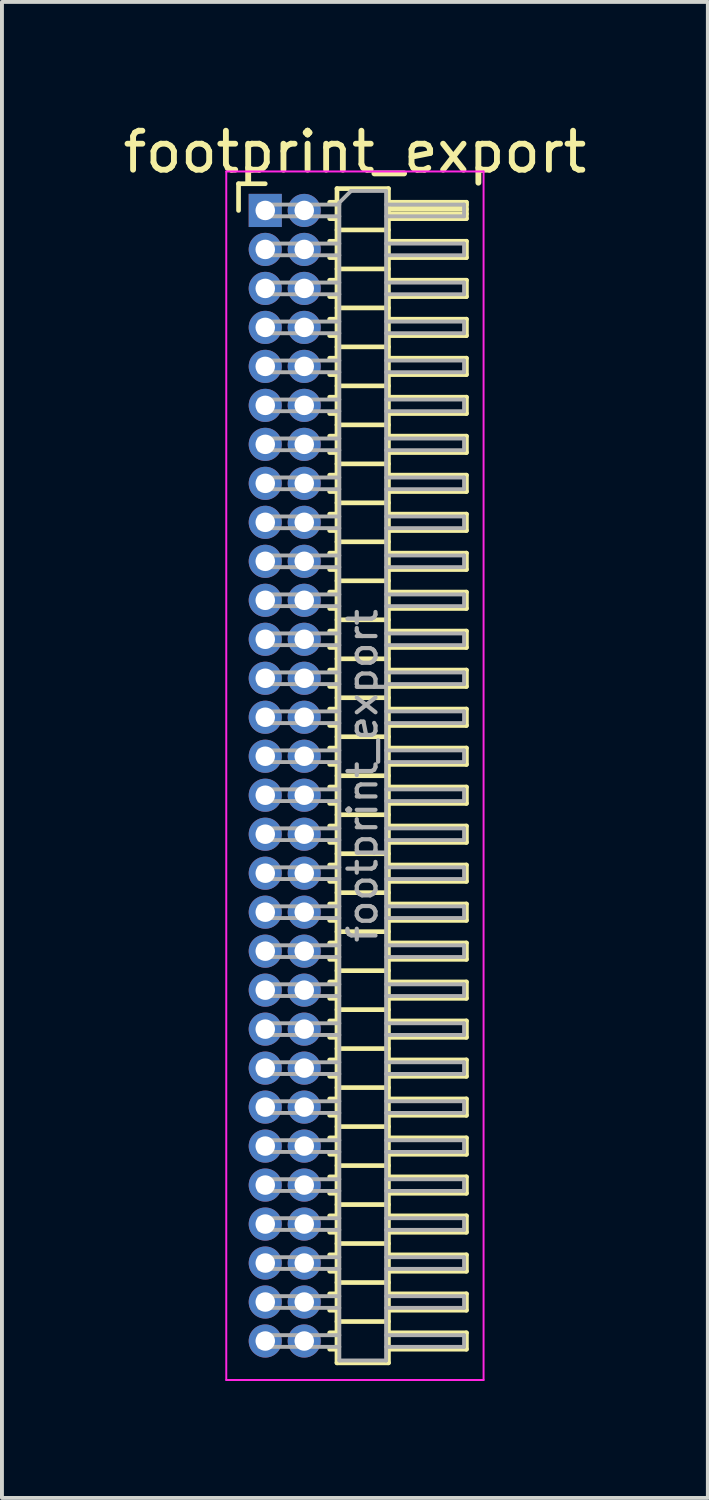
<source format=kicad_pcb>
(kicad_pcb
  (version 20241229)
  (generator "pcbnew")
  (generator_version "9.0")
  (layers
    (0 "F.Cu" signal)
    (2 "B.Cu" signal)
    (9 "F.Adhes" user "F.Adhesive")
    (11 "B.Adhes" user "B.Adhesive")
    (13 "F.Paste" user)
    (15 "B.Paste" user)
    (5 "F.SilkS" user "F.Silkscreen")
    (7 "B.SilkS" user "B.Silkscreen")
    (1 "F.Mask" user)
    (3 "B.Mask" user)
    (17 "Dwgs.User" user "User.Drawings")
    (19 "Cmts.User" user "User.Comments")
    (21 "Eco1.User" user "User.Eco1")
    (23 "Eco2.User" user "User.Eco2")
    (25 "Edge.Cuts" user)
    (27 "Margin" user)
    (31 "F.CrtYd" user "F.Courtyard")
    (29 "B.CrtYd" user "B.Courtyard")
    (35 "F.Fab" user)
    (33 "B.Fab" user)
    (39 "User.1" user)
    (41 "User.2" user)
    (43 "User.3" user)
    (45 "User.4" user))
  (footprint "footprint_export"
    (layer "F.Cu")
    (at 3.754 2.348)
    (property "Reference" "footprint_export" (at 2.3 -1.5 0) (layer "F.SilkS") (effects (font (size 1 1) (thickness 0.15))))
    (attr through_hole)
    (fp_line (start -0.685 -0.685) (end 0 -0.685) (stroke (width 0.12) (type solid)) (layer "F.SilkS"))
    (fp_line (start -0.685 0) (end -0.685 -0.685) (stroke (width 0.12) (type solid)) (layer "F.SilkS"))
    (fp_line (start 1.652 -0.21) (end 1.84 -0.21) (stroke (width 0.12) (type solid)) (layer "F.SilkS"))
    (fp_line (start 1.652 0.21) (end 1.84 0.21) (stroke (width 0.12) (type solid)) (layer "F.SilkS"))
    (fp_line (start 1.652 0.79) (end 1.84 0.79) (stroke (width 0.12) (type solid)) (layer "F.SilkS"))
    (fp_line (start 1.652 1.21) (end 1.84 1.21) (stroke (width 0.12) (type solid)) (layer "F.SilkS"))
    (fp_line (start 1.652 1.79) (end 1.84 1.79) (stroke (width 0.12) (type solid)) (layer "F.SilkS"))
    (fp_line (start 1.652 2.21) (end 1.84 2.21) (stroke (width 0.12) (type solid)) (layer "F.SilkS"))
    (fp_line (start 1.652 2.79) (end 1.84 2.79) (stroke (width 0.12) (type solid)) (layer "F.SilkS"))
    (fp_line (start 1.652 3.21) (end 1.84 3.21) (stroke (width 0.12) (type solid)) (layer "F.SilkS"))
    (fp_line (start 1.652 3.79) (end 1.84 3.79) (stroke (width 0.12) (type solid)) (layer "F.SilkS"))
    (fp_line (start 1.652 4.21) (end 1.84 4.21) (stroke (width 0.12) (type solid)) (layer "F.SilkS"))
    (fp_line (start 1.652 4.79) (end 1.84 4.79) (stroke (width 0.12) (type solid)) (layer "F.SilkS"))
    (fp_line (start 1.652 5.21) (end 1.84 5.21) (stroke (width 0.12) (type solid)) (layer "F.SilkS"))
    (fp_line (start 1.652 5.79) (end 1.84 5.79) (stroke (width 0.12) (type solid)) (layer "F.SilkS"))
    (fp_line (start 1.652 6.21) (end 1.84 6.21) (stroke (width 0.12) (type solid)) (layer "F.SilkS"))
    (fp_line (start 1.652 6.79) (end 1.84 6.79) (stroke (width 0.12) (type solid)) (layer "F.SilkS"))
    (fp_line (start 1.652 7.21) (end 1.84 7.21) (stroke (width 0.12) (type solid)) (layer "F.SilkS"))
    (fp_line (start 1.652 7.79) (end 1.84 7.79) (stroke (width 0.12) (type solid)) (layer "F.SilkS"))
    (fp_line (start 1.652 8.21) (end 1.84 8.21) (stroke (width 0.12) (type solid)) (layer "F.SilkS"))
    (fp_line (start 1.652 8.79) (end 1.84 8.79) (stroke (width 0.12) (type solid)) (layer "F.SilkS"))
    (fp_line (start 1.652 9.21) (end 1.84 9.21) (stroke (width 0.12) (type solid)) (layer "F.SilkS"))
    (fp_line (start 1.652 9.79) (end 1.84 9.79) (stroke (width 0.12) (type solid)) (layer "F.SilkS"))
    (fp_line (start 1.652 10.21) (end 1.84 10.21) (stroke (width 0.12) (type solid)) (layer "F.SilkS"))
    (fp_line (start 1.652 10.79) (end 1.84 10.79) (stroke (width 0.12) (type solid)) (layer "F.SilkS"))
    (fp_line (start 1.652 11.21) (end 1.84 11.21) (stroke (width 0.12) (type solid)) (layer "F.SilkS"))
    (fp_line (start 1.652 11.79) (end 1.84 11.79) (stroke (width 0.12) (type solid)) (layer "F.SilkS"))
    (fp_line (start 1.652 12.21) (end 1.84 12.21) (stroke (width 0.12) (type solid)) (layer "F.SilkS"))
    (fp_line (start 1.652 12.79) (end 1.84 12.79) (stroke (width 0.12) (type solid)) (layer "F.SilkS"))
    (fp_line (start 1.652 13.21) (end 1.84 13.21) (stroke (width 0.12) (type solid)) (layer "F.SilkS"))
    (fp_line (start 1.652 13.79) (end 1.84 13.79) (stroke (width 0.12) (type solid)) (layer "F.SilkS"))
    (fp_line (start 1.652 14.21) (end 1.84 14.21) (stroke (width 0.12) (type solid)) (layer "F.SilkS"))
    (fp_line (start 1.652 14.79) (end 1.84 14.79) (stroke (width 0.12) (type solid)) (layer "F.SilkS"))
    (fp_line (start 1.652 15.21) (end 1.84 15.21) (stroke (width 0.12) (type solid)) (layer "F.SilkS"))
    (fp_line (start 1.652 15.79) (end 1.84 15.79) (stroke (width 0.12) (type solid)) (layer "F.SilkS"))
    (fp_line (start 1.652 16.21) (end 1.84 16.21) (stroke (width 0.12) (type solid)) (layer "F.SilkS"))
    (fp_line (start 1.652 16.79) (end 1.84 16.79) (stroke (width 0.12) (type solid)) (layer "F.SilkS"))
    (fp_line (start 1.652 17.21) (end 1.84 17.21) (stroke (width 0.12) (type solid)) (layer "F.SilkS"))
    (fp_line (start 1.652 17.79) (end 1.84 17.79) (stroke (width 0.12) (type solid)) (layer "F.SilkS"))
    (fp_line (start 1.652 18.21) (end 1.84 18.21) (stroke (width 0.12) (type solid)) (layer "F.SilkS"))
    (fp_line (start 1.652 18.79) (end 1.84 18.79) (stroke (width 0.12) (type solid)) (layer "F.SilkS"))
    (fp_line (start 1.652 19.21) (end 1.84 19.21) (stroke (width 0.12) (type solid)) (layer "F.SilkS"))
    (fp_line (start 1.652 19.79) (end 1.84 19.79) (stroke (width 0.12) (type solid)) (layer "F.SilkS"))
    (fp_line (start 1.652 20.21) (end 1.84 20.21) (stroke (width 0.12) (type solid)) (layer "F.SilkS"))
    (fp_line (start 1.652 20.79) (end 1.84 20.79) (stroke (width 0.12) (type solid)) (layer "F.SilkS"))
    (fp_line (start 1.652 21.21) (end 1.84 21.21) (stroke (width 0.12) (type solid)) (layer "F.SilkS"))
    (fp_line (start 1.652 21.79) (end 1.84 21.79) (stroke (width 0.12) (type solid)) (layer "F.SilkS"))
    (fp_line (start 1.652 22.21) (end 1.84 22.21) (stroke (width 0.12) (type solid)) (layer "F.SilkS"))
    (fp_line (start 1.652 22.79) (end 1.84 22.79) (stroke (width 0.12) (type solid)) (layer "F.SilkS"))
    (fp_line (start 1.652 23.21) (end 1.84 23.21) (stroke (width 0.12) (type solid)) (layer "F.SilkS"))
    (fp_line (start 1.652 23.79) (end 1.84 23.79) (stroke (width 0.12) (type solid)) (layer "F.SilkS"))
    (fp_line (start 1.652 24.21) (end 1.84 24.21) (stroke (width 0.12) (type solid)) (layer "F.SilkS"))
    (fp_line (start 1.652 24.79) (end 1.84 24.79) (stroke (width 0.12) (type solid)) (layer "F.SilkS"))
    (fp_line (start 1.652 25.21) (end 1.84 25.21) (stroke (width 0.12) (type solid)) (layer "F.SilkS"))
    (fp_line (start 1.652 25.79) (end 1.84 25.79) (stroke (width 0.12) (type solid)) (layer "F.SilkS"))
    (fp_line (start 1.652 26.21) (end 1.84 26.21) (stroke (width 0.12) (type solid)) (layer "F.SilkS"))
    (fp_line (start 1.652 26.79) (end 1.84 26.79) (stroke (width 0.12) (type solid)) (layer "F.SilkS"))
    (fp_line (start 1.652 27.21) (end 1.84 27.21) (stroke (width 0.12) (type solid)) (layer "F.SilkS"))
    (fp_line (start 1.652 27.79) (end 1.84 27.79) (stroke (width 0.12) (type solid)) (layer "F.SilkS"))
    (fp_line (start 1.652 28.21) (end 1.84 28.21) (stroke (width 0.12) (type solid)) (layer "F.SilkS"))
    (fp_line (start 1.652 28.79) (end 1.84 28.79) (stroke (width 0.12) (type solid)) (layer "F.SilkS"))
    (fp_line (start 1.652 29.21) (end 1.84 29.21) (stroke (width 0.12) (type solid)) (layer "F.SilkS"))
    (fp_line (start 1.84 -0.56) (end 1.84 29.56) (stroke (width 0.12) (type solid)) (layer "F.SilkS"))
    (fp_line (start 1.84 0.5) (end 3.16 0.5) (stroke (width 0.12) (type solid)) (layer "F.SilkS"))
    (fp_line (start 1.84 1.5) (end 3.16 1.5) (stroke (width 0.12) (type solid)) (layer "F.SilkS"))
    (fp_line (start 1.84 2.5) (end 3.16 2.5) (stroke (width 0.12) (type solid)) (layer "F.SilkS"))
    (fp_line (start 1.84 3.5) (end 3.16 3.5) (stroke (width 0.12) (type solid)) (layer "F.SilkS"))
    (fp_line (start 1.84 4.5) (end 3.16 4.5) (stroke (width 0.12) (type solid)) (layer "F.SilkS"))
    (fp_line (start 1.84 5.5) (end 3.16 5.5) (stroke (width 0.12) (type solid)) (layer "F.SilkS"))
    (fp_line (start 1.84 6.5) (end 3.16 6.5) (stroke (width 0.12) (type solid)) (layer "F.SilkS"))
    (fp_line (start 1.84 7.5) (end 3.16 7.5) (stroke (width 0.12) (type solid)) (layer "F.SilkS"))
    (fp_line (start 1.84 8.5) (end 3.16 8.5) (stroke (width 0.12) (type solid)) (layer "F.SilkS"))
    (fp_line (start 1.84 9.5) (end 3.16 9.5) (stroke (width 0.12) (type solid)) (layer "F.SilkS"))
    (fp_line (start 1.84 10.5) (end 3.16 10.5) (stroke (width 0.12) (type solid)) (layer "F.SilkS"))
    (fp_line (start 1.84 11.5) (end 3.16 11.5) (stroke (width 0.12) (type solid)) (layer "F.SilkS"))
    (fp_line (start 1.84 12.5) (end 3.16 12.5) (stroke (width 0.12) (type solid)) (layer "F.SilkS"))
    (fp_line (start 1.84 13.5) (end 3.16 13.5) (stroke (width 0.12) (type solid)) (layer "F.SilkS"))
    (fp_line (start 1.84 14.5) (end 3.16 14.5) (stroke (width 0.12) (type solid)) (layer "F.SilkS"))
    (fp_line (start 1.84 15.5) (end 3.16 15.5) (stroke (width 0.12) (type solid)) (layer "F.SilkS"))
    (fp_line (start 1.84 16.5) (end 3.16 16.5) (stroke (width 0.12) (type solid)) (layer "F.SilkS"))
    (fp_line (start 1.84 17.5) (end 3.16 17.5) (stroke (width 0.12) (type solid)) (layer "F.SilkS"))
    (fp_line (start 1.84 18.5) (end 3.16 18.5) (stroke (width 0.12) (type solid)) (layer "F.SilkS"))
    (fp_line (start 1.84 19.5) (end 3.16 19.5) (stroke (width 0.12) (type solid)) (layer "F.SilkS"))
    (fp_line (start 1.84 20.5) (end 3.16 20.5) (stroke (width 0.12) (type solid)) (layer "F.SilkS"))
    (fp_line (start 1.84 21.5) (end 3.16 21.5) (stroke (width 0.12) (type solid)) (layer "F.SilkS"))
    (fp_line (start 1.84 22.5) (end 3.16 22.5) (stroke (width 0.12) (type solid)) (layer "F.SilkS"))
    (fp_line (start 1.84 23.5) (end 3.16 23.5) (stroke (width 0.12) (type solid)) (layer "F.SilkS"))
    (fp_line (start 1.84 24.5) (end 3.16 24.5) (stroke (width 0.12) (type solid)) (layer "F.SilkS"))
    (fp_line (start 1.84 25.5) (end 3.16 25.5) (stroke (width 0.12) (type solid)) (layer "F.SilkS"))
    (fp_line (start 1.84 26.5) (end 3.16 26.5) (stroke (width 0.12) (type solid)) (layer "F.SilkS"))
    (fp_line (start 1.84 27.5) (end 3.16 27.5) (stroke (width 0.12) (type solid)) (layer "F.SilkS"))
    (fp_line (start 1.84 28.5) (end 3.16 28.5) (stroke (width 0.12) (type solid)) (layer "F.SilkS"))
    (fp_line (start 1.84 29.56) (end 3.16 29.56) (stroke (width 0.12) (type solid)) (layer "F.SilkS"))
    (fp_line (start 3.16 -0.56) (end 1.84 -0.56) (stroke (width 0.12) (type solid)) (layer "F.SilkS"))
    (fp_line (start 3.16 -0.21) (end 5.16 -0.21) (stroke (width 0.12) (type solid)) (layer "F.SilkS"))
    (fp_line (start 3.16 -0.15) (end 5.16 -0.15) (stroke (width 0.12) (type solid)) (layer "F.SilkS"))
    (fp_line (start 3.16 -0.03) (end 5.16 -0.03) (stroke (width 0.12) (type solid)) (layer "F.SilkS"))
    (fp_line (start 3.16 0.09) (end 5.16 0.09) (stroke (width 0.12) (type solid)) (layer "F.SilkS"))
    (fp_line (start 3.16 0.79) (end 5.16 0.79) (stroke (width 0.12) (type solid)) (layer "F.SilkS"))
    (fp_line (start 3.16 1.79) (end 5.16 1.79) (stroke (width 0.12) (type solid)) (layer "F.SilkS"))
    (fp_line (start 3.16 2.79) (end 5.16 2.79) (stroke (width 0.12) (type solid)) (layer "F.SilkS"))
    (fp_line (start 3.16 3.79) (end 5.16 3.79) (stroke (width 0.12) (type solid)) (layer "F.SilkS"))
    (fp_line (start 3.16 4.79) (end 5.16 4.79) (stroke (width 0.12) (type solid)) (layer "F.SilkS"))
    (fp_line (start 3.16 5.79) (end 5.16 5.79) (stroke (width 0.12) (type solid)) (layer "F.SilkS"))
    (fp_line (start 3.16 6.79) (end 5.16 6.79) (stroke (width 0.12) (type solid)) (layer "F.SilkS"))
    (fp_line (start 3.16 7.79) (end 5.16 7.79) (stroke (width 0.12) (type solid)) (layer "F.SilkS"))
    (fp_line (start 3.16 8.79) (end 5.16 8.79) (stroke (width 0.12) (type solid)) (layer "F.SilkS"))
    (fp_line (start 3.16 9.79) (end 5.16 9.79) (stroke (width 0.12) (type solid)) (layer "F.SilkS"))
    (fp_line (start 3.16 10.79) (end 5.16 10.79) (stroke (width 0.12) (type solid)) (layer "F.SilkS"))
    (fp_line (start 3.16 11.79) (end 5.16 11.79) (stroke (width 0.12) (type solid)) (layer "F.SilkS"))
    (fp_line (start 3.16 12.79) (end 5.16 12.79) (stroke (width 0.12) (type solid)) (layer "F.SilkS"))
    (fp_line (start 3.16 13.79) (end 5.16 13.79) (stroke (width 0.12) (type solid)) (layer "F.SilkS"))
    (fp_line (start 3.16 14.79) (end 5.16 14.79) (stroke (width 0.12) (type solid)) (layer "F.SilkS"))
    (fp_line (start 3.16 15.79) (end 5.16 15.79) (stroke (width 0.12) (type solid)) (layer "F.SilkS"))
    (fp_line (start 3.16 16.79) (end 5.16 16.79) (stroke (width 0.12) (type solid)) (layer "F.SilkS"))
    (fp_line (start 3.16 17.79) (end 5.16 17.79) (stroke (width 0.12) (type solid)) (layer "F.SilkS"))
    (fp_line (start 3.16 18.79) (end 5.16 18.79) (stroke (width 0.12) (type solid)) (layer "F.SilkS"))
    (fp_line (start 3.16 19.79) (end 5.16 19.79) (stroke (width 0.12) (type solid)) (layer "F.SilkS"))
    (fp_line (start 3.16 20.79) (end 5.16 20.79) (stroke (width 0.12) (type solid)) (layer "F.SilkS"))
    (fp_line (start 3.16 21.79) (end 5.16 21.79) (stroke (width 0.12) (type solid)) (layer "F.SilkS"))
    (fp_line (start 3.16 22.79) (end 5.16 22.79) (stroke (width 0.12) (type solid)) (layer "F.SilkS"))
    (fp_line (start 3.16 23.79) (end 5.16 23.79) (stroke (width 0.12) (type solid)) (layer "F.SilkS"))
    (fp_line (start 3.16 24.79) (end 5.16 24.79) (stroke (width 0.12) (type solid)) (layer "F.SilkS"))
    (fp_line (start 3.16 25.79) (end 5.16 25.79) (stroke (width 0.12) (type solid)) (layer "F.SilkS"))
    (fp_line (start 3.16 26.79) (end 5.16 26.79) (stroke (width 0.12) (type solid)) (layer "F.SilkS"))
    (fp_line (start 3.16 27.79) (end 5.16 27.79) (stroke (width 0.12) (type solid)) (layer "F.SilkS"))
    (fp_line (start 3.16 28.79) (end 5.16 28.79) (stroke (width 0.12) (type solid)) (layer "F.SilkS"))
    (fp_line (start 3.16 29.56) (end 3.16 -0.56) (stroke (width 0.12) (type solid)) (layer "F.SilkS"))
    (fp_line (start 5.16 -0.21) (end 5.16 0.21) (stroke (width 0.12) (type solid)) (layer "F.SilkS"))
    (fp_line (start 5.16 0.21) (end 3.16 0.21) (stroke (width 0.12) (type solid)) (layer "F.SilkS"))
    (fp_line (start 5.16 0.79) (end 5.16 1.21) (stroke (width 0.12) (type solid)) (layer "F.SilkS"))
    (fp_line (start 5.16 1.21) (end 3.16 1.21) (stroke (width 0.12) (type solid)) (layer "F.SilkS"))
    (fp_line (start 5.16 1.79) (end 5.16 2.21) (stroke (width 0.12) (type solid)) (layer "F.SilkS"))
    (fp_line (start 5.16 2.21) (end 3.16 2.21) (stroke (width 0.12) (type solid)) (layer "F.SilkS"))
    (fp_line (start 5.16 2.79) (end 5.16 3.21) (stroke (width 0.12) (type solid)) (layer "F.SilkS"))
    (fp_line (start 5.16 3.21) (end 3.16 3.21) (stroke (width 0.12) (type solid)) (layer "F.SilkS"))
    (fp_line (start 5.16 3.79) (end 5.16 4.21) (stroke (width 0.12) (type solid)) (layer "F.SilkS"))
    (fp_line (start 5.16 4.21) (end 3.16 4.21) (stroke (width 0.12) (type solid)) (layer "F.SilkS"))
    (fp_line (start 5.16 4.79) (end 5.16 5.21) (stroke (width 0.12) (type solid)) (layer "F.SilkS"))
    (fp_line (start 5.16 5.21) (end 3.16 5.21) (stroke (width 0.12) (type solid)) (layer "F.SilkS"))
    (fp_line (start 5.16 5.79) (end 5.16 6.21) (stroke (width 0.12) (type solid)) (layer "F.SilkS"))
    (fp_line (start 5.16 6.21) (end 3.16 6.21) (stroke (width 0.12) (type solid)) (layer "F.SilkS"))
    (fp_line (start 5.16 6.79) (end 5.16 7.21) (stroke (width 0.12) (type solid)) (layer "F.SilkS"))
    (fp_line (start 5.16 7.21) (end 3.16 7.21) (stroke (width 0.12) (type solid)) (layer "F.SilkS"))
    (fp_line (start 5.16 7.79) (end 5.16 8.21) (stroke (width 0.12) (type solid)) (layer "F.SilkS"))
    (fp_line (start 5.16 8.21) (end 3.16 8.21) (stroke (width 0.12) (type solid)) (layer "F.SilkS"))
    (fp_line (start 5.16 8.79) (end 5.16 9.21) (stroke (width 0.12) (type solid)) (layer "F.SilkS"))
    (fp_line (start 5.16 9.21) (end 3.16 9.21) (stroke (width 0.12) (type solid)) (layer "F.SilkS"))
    (fp_line (start 5.16 9.79) (end 5.16 10.21) (stroke (width 0.12) (type solid)) (layer "F.SilkS"))
    (fp_line (start 5.16 10.21) (end 3.16 10.21) (stroke (width 0.12) (type solid)) (layer "F.SilkS"))
    (fp_line (start 5.16 10.79) (end 5.16 11.21) (stroke (width 0.12) (type solid)) (layer "F.SilkS"))
    (fp_line (start 5.16 11.21) (end 3.16 11.21) (stroke (width 0.12) (type solid)) (layer "F.SilkS"))
    (fp_line (start 5.16 11.79) (end 5.16 12.21) (stroke (width 0.12) (type solid)) (layer "F.SilkS"))
    (fp_line (start 5.16 12.21) (end 3.16 12.21) (stroke (width 0.12) (type solid)) (layer "F.SilkS"))
    (fp_line (start 5.16 12.79) (end 5.16 13.21) (stroke (width 0.12) (type solid)) (layer "F.SilkS"))
    (fp_line (start 5.16 13.21) (end 3.16 13.21) (stroke (width 0.12) (type solid)) (layer "F.SilkS"))
    (fp_line (start 5.16 13.79) (end 5.16 14.21) (stroke (width 0.12) (type solid)) (layer "F.SilkS"))
    (fp_line (start 5.16 14.21) (end 3.16 14.21) (stroke (width 0.12) (type solid)) (layer "F.SilkS"))
    (fp_line (start 5.16 14.79) (end 5.16 15.21) (stroke (width 0.12) (type solid)) (layer "F.SilkS"))
    (fp_line (start 5.16 15.21) (end 3.16 15.21) (stroke (width 0.12) (type solid)) (layer "F.SilkS"))
    (fp_line (start 5.16 15.79) (end 5.16 16.21) (stroke (width 0.12) (type solid)) (layer "F.SilkS"))
    (fp_line (start 5.16 16.21) (end 3.16 16.21) (stroke (width 0.12) (type solid)) (layer "F.SilkS"))
    (fp_line (start 5.16 16.79) (end 5.16 17.21) (stroke (width 0.12) (type solid)) (layer "F.SilkS"))
    (fp_line (start 5.16 17.21) (end 3.16 17.21) (stroke (width 0.12) (type solid)) (layer "F.SilkS"))
    (fp_line (start 5.16 17.79) (end 5.16 18.21) (stroke (width 0.12) (type solid)) (layer "F.SilkS"))
    (fp_line (start 5.16 18.21) (end 3.16 18.21) (stroke (width 0.12) (type solid)) (layer "F.SilkS"))
    (fp_line (start 5.16 18.79) (end 5.16 19.21) (stroke (width 0.12) (type solid)) (layer "F.SilkS"))
    (fp_line (start 5.16 19.21) (end 3.16 19.21) (stroke (width 0.12) (type solid)) (layer "F.SilkS"))
    (fp_line (start 5.16 19.79) (end 5.16 20.21) (stroke (width 0.12) (type solid)) (layer "F.SilkS"))
    (fp_line (start 5.16 20.21) (end 3.16 20.21) (stroke (width 0.12) (type solid)) (layer "F.SilkS"))
    (fp_line (start 5.16 20.79) (end 5.16 21.21) (stroke (width 0.12) (type solid)) (layer "F.SilkS"))
    (fp_line (start 5.16 21.21) (end 3.16 21.21) (stroke (width 0.12) (type solid)) (layer "F.SilkS"))
    (fp_line (start 5.16 21.79) (end 5.16 22.21) (stroke (width 0.12) (type solid)) (layer "F.SilkS"))
    (fp_line (start 5.16 22.21) (end 3.16 22.21) (stroke (width 0.12) (type solid)) (layer "F.SilkS"))
    (fp_line (start 5.16 22.79) (end 5.16 23.21) (stroke (width 0.12) (type solid)) (layer "F.SilkS"))
    (fp_line (start 5.16 23.21) (end 3.16 23.21) (stroke (width 0.12) (type solid)) (layer "F.SilkS"))
    (fp_line (start 5.16 23.79) (end 5.16 24.21) (stroke (width 0.12) (type solid)) (layer "F.SilkS"))
    (fp_line (start 5.16 24.21) (end 3.16 24.21) (stroke (width 0.12) (type solid)) (layer "F.SilkS"))
    (fp_line (start 5.16 24.79) (end 5.16 25.21) (stroke (width 0.12) (type solid)) (layer "F.SilkS"))
    (fp_line (start 5.16 25.21) (end 3.16 25.21) (stroke (width 0.12) (type solid)) (layer "F.SilkS"))
    (fp_line (start 5.16 25.79) (end 5.16 26.21) (stroke (width 0.12) (type solid)) (layer "F.SilkS"))
    (fp_line (start 5.16 26.21) (end 3.16 26.21) (stroke (width 0.12) (type solid)) (layer "F.SilkS"))
    (fp_line (start 5.16 26.79) (end 5.16 27.21) (stroke (width 0.12) (type solid)) (layer "F.SilkS"))
    (fp_line (start 5.16 27.21) (end 3.16 27.21) (stroke (width 0.12) (type solid)) (layer "F.SilkS"))
    (fp_line (start 5.16 27.79) (end 5.16 28.21) (stroke (width 0.12) (type solid)) (layer "F.SilkS"))
    (fp_line (start 5.16 28.21) (end 3.16 28.21) (stroke (width 0.12) (type solid)) (layer "F.SilkS"))
    (fp_line (start 5.16 28.79) (end 5.16 29.21) (stroke (width 0.12) (type solid)) (layer "F.SilkS"))
    (fp_line (start 5.16 29.21) (end 3.16 29.21) (stroke (width 0.12) (type solid)) (layer "F.SilkS"))
    (fp_line (start -1 -1) (end -1 30) (stroke (width 0.05) (type solid)) (layer "F.CrtYd"))
    (fp_line (start -1 30) (end 5.6 30) (stroke (width 0.05) (type solid)) (layer "F.CrtYd"))
    (fp_line (start 5.6 -1) (end -1 -1) (stroke (width 0.05) (type solid)) (layer "F.CrtYd"))
    (fp_line (start 5.6 30) (end 5.6 -1) (stroke (width 0.05) (type solid)) (layer "F.CrtYd"))
    (fp_line (start -0.15 -0.15) (end -0.15 0.15) (stroke (width 0.1) (type solid)) (layer "F.Fab"))
    (fp_line (start -0.15 -0.15) (end 1.9 -0.15) (stroke (width 0.1) (type solid)) (layer "F.Fab"))
    (fp_line (start -0.15 0.15) (end 1.9 0.15) (stroke (width 0.1) (type solid)) (layer "F.Fab"))
    (fp_line (start -0.15 0.85) (end -0.15 1.15) (stroke (width 0.1) (type solid)) (layer "F.Fab"))
    (fp_line (start -0.15 0.85) (end 1.9 0.85) (stroke (width 0.1) (type solid)) (layer "F.Fab"))
    (fp_line (start -0.15 1.15) (end 1.9 1.15) (stroke (width 0.1) (type solid)) (layer "F.Fab"))
    (fp_line (start -0.15 1.85) (end -0.15 2.15) (stroke (width 0.1) (type solid)) (layer "F.Fab"))
    (fp_line (start -0.15 1.85) (end 1.9 1.85) (stroke (width 0.1) (type solid)) (layer "F.Fab"))
    (fp_line (start -0.15 2.15) (end 1.9 2.15) (stroke (width 0.1) (type solid)) (layer "F.Fab"))
    (fp_line (start -0.15 2.85) (end -0.15 3.15) (stroke (width 0.1) (type solid)) (layer "F.Fab"))
    (fp_line (start -0.15 2.85) (end 1.9 2.85) (stroke (width 0.1) (type solid)) (layer "F.Fab"))
    (fp_line (start -0.15 3.15) (end 1.9 3.15) (stroke (width 0.1) (type solid)) (layer "F.Fab"))
    (fp_line (start -0.15 3.85) (end -0.15 4.15) (stroke (width 0.1) (type solid)) (layer "F.Fab"))
    (fp_line (start -0.15 3.85) (end 1.9 3.85) (stroke (width 0.1) (type solid)) (layer "F.Fab"))
    (fp_line (start -0.15 4.15) (end 1.9 4.15) (stroke (width 0.1) (type solid)) (layer "F.Fab"))
    (fp_line (start -0.15 4.85) (end -0.15 5.15) (stroke (width 0.1) (type solid)) (layer "F.Fab"))
    (fp_line (start -0.15 4.85) (end 1.9 4.85) (stroke (width 0.1) (type solid)) (layer "F.Fab"))
    (fp_line (start -0.15 5.15) (end 1.9 5.15) (stroke (width 0.1) (type solid)) (layer "F.Fab"))
    (fp_line (start -0.15 5.85) (end -0.15 6.15) (stroke (width 0.1) (type solid)) (layer "F.Fab"))
    (fp_line (start -0.15 5.85) (end 1.9 5.85) (stroke (width 0.1) (type solid)) (layer "F.Fab"))
    (fp_line (start -0.15 6.15) (end 1.9 6.15) (stroke (width 0.1) (type solid)) (layer "F.Fab"))
    (fp_line (start -0.15 6.85) (end -0.15 7.15) (stroke (width 0.1) (type solid)) (layer "F.Fab"))
    (fp_line (start -0.15 6.85) (end 1.9 6.85) (stroke (width 0.1) (type solid)) (layer "F.Fab"))
    (fp_line (start -0.15 7.15) (end 1.9 7.15) (stroke (width 0.1) (type solid)) (layer "F.Fab"))
    (fp_line (start -0.15 7.85) (end -0.15 8.15) (stroke (width 0.1) (type solid)) (layer "F.Fab"))
    (fp_line (start -0.15 7.85) (end 1.9 7.85) (stroke (width 0.1) (type solid)) (layer "F.Fab"))
    (fp_line (start -0.15 8.15) (end 1.9 8.15) (stroke (width 0.1) (type solid)) (layer "F.Fab"))
    (fp_line (start -0.15 8.85) (end -0.15 9.15) (stroke (width 0.1) (type solid)) (layer "F.Fab"))
    (fp_line (start -0.15 8.85) (end 1.9 8.85) (stroke (width 0.1) (type solid)) (layer "F.Fab"))
    (fp_line (start -0.15 9.15) (end 1.9 9.15) (stroke (width 0.1) (type solid)) (layer "F.Fab"))
    (fp_line (start -0.15 9.85) (end -0.15 10.15) (stroke (width 0.1) (type solid)) (layer "F.Fab"))
    (fp_line (start -0.15 9.85) (end 1.9 9.85) (stroke (width 0.1) (type solid)) (layer "F.Fab"))
    (fp_line (start -0.15 10.15) (end 1.9 10.15) (stroke (width 0.1) (type solid)) (layer "F.Fab"))
    (fp_line (start -0.15 10.85) (end -0.15 11.15) (stroke (width 0.1) (type solid)) (layer "F.Fab"))
    (fp_line (start -0.15 10.85) (end 1.9 10.85) (stroke (width 0.1) (type solid)) (layer "F.Fab"))
    (fp_line (start -0.15 11.15) (end 1.9 11.15) (stroke (width 0.1) (type solid)) (layer "F.Fab"))
    (fp_line (start -0.15 11.85) (end -0.15 12.15) (stroke (width 0.1) (type solid)) (layer "F.Fab"))
    (fp_line (start -0.15 11.85) (end 1.9 11.85) (stroke (width 0.1) (type solid)) (layer "F.Fab"))
    (fp_line (start -0.15 12.15) (end 1.9 12.15) (stroke (width 0.1) (type solid)) (layer "F.Fab"))
    (fp_line (start -0.15 12.85) (end -0.15 13.15) (stroke (width 0.1) (type solid)) (layer "F.Fab"))
    (fp_line (start -0.15 12.85) (end 1.9 12.85) (stroke (width 0.1) (type solid)) (layer "F.Fab"))
    (fp_line (start -0.15 13.15) (end 1.9 13.15) (stroke (width 0.1) (type solid)) (layer "F.Fab"))
    (fp_line (start -0.15 13.85) (end -0.15 14.15) (stroke (width 0.1) (type solid)) (layer "F.Fab"))
    (fp_line (start -0.15 13.85) (end 1.9 13.85) (stroke (width 0.1) (type solid)) (layer "F.Fab"))
    (fp_line (start -0.15 14.15) (end 1.9 14.15) (stroke (width 0.1) (type solid)) (layer "F.Fab"))
    (fp_line (start -0.15 14.85) (end -0.15 15.15) (stroke (width 0.1) (type solid)) (layer "F.Fab"))
    (fp_line (start -0.15 14.85) (end 1.9 14.85) (stroke (width 0.1) (type solid)) (layer "F.Fab"))
    (fp_line (start -0.15 15.15) (end 1.9 15.15) (stroke (width 0.1) (type solid)) (layer "F.Fab"))
    (fp_line (start -0.15 15.85) (end -0.15 16.15) (stroke (width 0.1) (type solid)) (layer "F.Fab"))
    (fp_line (start -0.15 15.85) (end 1.9 15.85) (stroke (width 0.1) (type solid)) (layer "F.Fab"))
    (fp_line (start -0.15 16.15) (end 1.9 16.15) (stroke (width 0.1) (type solid)) (layer "F.Fab"))
    (fp_line (start -0.15 16.85) (end -0.15 17.15) (stroke (width 0.1) (type solid)) (layer "F.Fab"))
    (fp_line (start -0.15 16.85) (end 1.9 16.85) (stroke (width 0.1) (type solid)) (layer "F.Fab"))
    (fp_line (start -0.15 17.15) (end 1.9 17.15) (stroke (width 0.1) (type solid)) (layer "F.Fab"))
    (fp_line (start -0.15 17.85) (end -0.15 18.15) (stroke (width 0.1) (type solid)) (layer "F.Fab"))
    (fp_line (start -0.15 17.85) (end 1.9 17.85) (stroke (width 0.1) (type solid)) (layer "F.Fab"))
    (fp_line (start -0.15 18.15) (end 1.9 18.15) (stroke (width 0.1) (type solid)) (layer "F.Fab"))
    (fp_line (start -0.15 18.85) (end -0.15 19.15) (stroke (width 0.1) (type solid)) (layer "F.Fab"))
    (fp_line (start -0.15 18.85) (end 1.9 18.85) (stroke (width 0.1) (type solid)) (layer "F.Fab"))
    (fp_line (start -0.15 19.15) (end 1.9 19.15) (stroke (width 0.1) (type solid)) (layer "F.Fab"))
    (fp_line (start -0.15 19.85) (end -0.15 20.15) (stroke (width 0.1) (type solid)) (layer "F.Fab"))
    (fp_line (start -0.15 19.85) (end 1.9 19.85) (stroke (width 0.1) (type solid)) (layer "F.Fab"))
    (fp_line (start -0.15 20.15) (end 1.9 20.15) (stroke (width 0.1) (type solid)) (layer "F.Fab"))
    (fp_line (start -0.15 20.85) (end -0.15 21.15) (stroke (width 0.1) (type solid)) (layer "F.Fab"))
    (fp_line (start -0.15 20.85) (end 1.9 20.85) (stroke (width 0.1) (type solid)) (layer "F.Fab"))
    (fp_line (start -0.15 21.15) (end 1.9 21.15) (stroke (width 0.1) (type solid)) (layer "F.Fab"))
    (fp_line (start -0.15 21.85) (end -0.15 22.15) (stroke (width 0.1) (type solid)) (layer "F.Fab"))
    (fp_line (start -0.15 21.85) (end 1.9 21.85) (stroke (width 0.1) (type solid)) (layer "F.Fab"))
    (fp_line (start -0.15 22.15) (end 1.9 22.15) (stroke (width 0.1) (type solid)) (layer "F.Fab"))
    (fp_line (start -0.15 22.85) (end -0.15 23.15) (stroke (width 0.1) (type solid)) (layer "F.Fab"))
    (fp_line (start -0.15 22.85) (end 1.9 22.85) (stroke (width 0.1) (type solid)) (layer "F.Fab"))
    (fp_line (start -0.15 23.15) (end 1.9 23.15) (stroke (width 0.1) (type solid)) (layer "F.Fab"))
    (fp_line (start -0.15 23.85) (end -0.15 24.15) (stroke (width 0.1) (type solid)) (layer "F.Fab"))
    (fp_line (start -0.15 23.85) (end 1.9 23.85) (stroke (width 0.1) (type solid)) (layer "F.Fab"))
    (fp_line (start -0.15 24.15) (end 1.9 24.15) (stroke (width 0.1) (type solid)) (layer "F.Fab"))
    (fp_line (start -0.15 24.85) (end -0.15 25.15) (stroke (width 0.1) (type solid)) (layer "F.Fab"))
    (fp_line (start -0.15 24.85) (end 1.9 24.85) (stroke (width 0.1) (type solid)) (layer "F.Fab"))
    (fp_line (start -0.15 25.15) (end 1.9 25.15) (stroke (width 0.1) (type solid)) (layer "F.Fab"))
    (fp_line (start -0.15 25.85) (end -0.15 26.15) (stroke (width 0.1) (type solid)) (layer "F.Fab"))
    (fp_line (start -0.15 25.85) (end 1.9 25.85) (stroke (width 0.1) (type solid)) (layer "F.Fab"))
    (fp_line (start -0.15 26.15) (end 1.9 26.15) (stroke (width 0.1) (type solid)) (layer "F.Fab"))
    (fp_line (start -0.15 26.85) (end -0.15 27.15) (stroke (width 0.1) (type solid)) (layer "F.Fab"))
    (fp_line (start -0.15 26.85) (end 1.9 26.85) (stroke (width 0.1) (type solid)) (layer "F.Fab"))
    (fp_line (start -0.15 27.15) (end 1.9 27.15) (stroke (width 0.1) (type solid)) (layer "F.Fab"))
    (fp_line (start -0.15 27.85) (end -0.15 28.15) (stroke (width 0.1) (type solid)) (layer "F.Fab"))
    (fp_line (start -0.15 27.85) (end 1.9 27.85) (stroke (width 0.1) (type solid)) (layer "F.Fab"))
    (fp_line (start -0.15 28.15) (end 1.9 28.15) (stroke (width 0.1) (type solid)) (layer "F.Fab"))
    (fp_line (start -0.15 28.85) (end -0.15 29.15) (stroke (width 0.1) (type solid)) (layer "F.Fab"))
    (fp_line (start -0.15 28.85) (end 1.9 28.85) (stroke (width 0.1) (type solid)) (layer "F.Fab"))
    (fp_line (start -0.15 29.15) (end 1.9 29.15) (stroke (width 0.1) (type solid)) (layer "F.Fab"))
    (fp_line (start 1.9 -0.2) (end 2.2 -0.5) (stroke (width 0.1) (type solid)) (layer "F.Fab"))
    (fp_line (start 1.9 29.5) (end 1.9 -0.2) (stroke (width 0.1) (type solid)) (layer "F.Fab"))
    (fp_line (start 2.2 -0.5) (end 3.1 -0.5) (stroke (width 0.1) (type solid)) (layer "F.Fab"))
    (fp_line (start 3.1 -0.5) (end 3.1 29.5) (stroke (width 0.1) (type solid)) (layer "F.Fab"))
    (fp_line (start 3.1 -0.15) (end 5.1 -0.15) (stroke (width 0.1) (type solid)) (layer "F.Fab"))
    (fp_line (start 3.1 0.15) (end 5.1 0.15) (stroke (width 0.1) (type solid)) (layer "F.Fab"))
    (fp_line (start 3.1 0.85) (end 5.1 0.85) (stroke (width 0.1) (type solid)) (layer "F.Fab"))
    (fp_line (start 3.1 1.15) (end 5.1 1.15) (stroke (width 0.1) (type solid)) (layer "F.Fab"))
    (fp_line (start 3.1 1.85) (end 5.1 1.85) (stroke (width 0.1) (type solid)) (layer "F.Fab"))
    (fp_line (start 3.1 2.15) (end 5.1 2.15) (stroke (width 0.1) (type solid)) (layer "F.Fab"))
    (fp_line (start 3.1 2.85) (end 5.1 2.85) (stroke (width 0.1) (type solid)) (layer "F.Fab"))
    (fp_line (start 3.1 3.15) (end 5.1 3.15) (stroke (width 0.1) (type solid)) (layer "F.Fab"))
    (fp_line (start 3.1 3.85) (end 5.1 3.85) (stroke (width 0.1) (type solid)) (layer "F.Fab"))
    (fp_line (start 3.1 4.15) (end 5.1 4.15) (stroke (width 0.1) (type solid)) (layer "F.Fab"))
    (fp_line (start 3.1 4.85) (end 5.1 4.85) (stroke (width 0.1) (type solid)) (layer "F.Fab"))
    (fp_line (start 3.1 5.15) (end 5.1 5.15) (stroke (width 0.1) (type solid)) (layer "F.Fab"))
    (fp_line (start 3.1 5.85) (end 5.1 5.85) (stroke (width 0.1) (type solid)) (layer "F.Fab"))
    (fp_line (start 3.1 6.15) (end 5.1 6.15) (stroke (width 0.1) (type solid)) (layer "F.Fab"))
    (fp_line (start 3.1 6.85) (end 5.1 6.85) (stroke (width 0.1) (type solid)) (layer "F.Fab"))
    (fp_line (start 3.1 7.15) (end 5.1 7.15) (stroke (width 0.1) (type solid)) (layer "F.Fab"))
    (fp_line (start 3.1 7.85) (end 5.1 7.85) (stroke (width 0.1) (type solid)) (layer "F.Fab"))
    (fp_line (start 3.1 8.15) (end 5.1 8.15) (stroke (width 0.1) (type solid)) (layer "F.Fab"))
    (fp_line (start 3.1 8.85) (end 5.1 8.85) (stroke (width 0.1) (type solid)) (layer "F.Fab"))
    (fp_line (start 3.1 9.15) (end 5.1 9.15) (stroke (width 0.1) (type solid)) (layer "F.Fab"))
    (fp_line (start 3.1 9.85) (end 5.1 9.85) (stroke (width 0.1) (type solid)) (layer "F.Fab"))
    (fp_line (start 3.1 10.15) (end 5.1 10.15) (stroke (width 0.1) (type solid)) (layer "F.Fab"))
    (fp_line (start 3.1 10.85) (end 5.1 10.85) (stroke (width 0.1) (type solid)) (layer "F.Fab"))
    (fp_line (start 3.1 11.15) (end 5.1 11.15) (stroke (width 0.1) (type solid)) (layer "F.Fab"))
    (fp_line (start 3.1 11.85) (end 5.1 11.85) (stroke (width 0.1) (type solid)) (layer "F.Fab"))
    (fp_line (start 3.1 12.15) (end 5.1 12.15) (stroke (width 0.1) (type solid)) (layer "F.Fab"))
    (fp_line (start 3.1 12.85) (end 5.1 12.85) (stroke (width 0.1) (type solid)) (layer "F.Fab"))
    (fp_line (start 3.1 13.15) (end 5.1 13.15) (stroke (width 0.1) (type solid)) (layer "F.Fab"))
    (fp_line (start 3.1 13.85) (end 5.1 13.85) (stroke (width 0.1) (type solid)) (layer "F.Fab"))
    (fp_line (start 3.1 14.15) (end 5.1 14.15) (stroke (width 0.1) (type solid)) (layer "F.Fab"))
    (fp_line (start 3.1 14.85) (end 5.1 14.85) (stroke (width 0.1) (type solid)) (layer "F.Fab"))
    (fp_line (start 3.1 15.15) (end 5.1 15.15) (stroke (width 0.1) (type solid)) (layer "F.Fab"))
    (fp_line (start 3.1 15.85) (end 5.1 15.85) (stroke (width 0.1) (type solid)) (layer "F.Fab"))
    (fp_line (start 3.1 16.15) (end 5.1 16.15) (stroke (width 0.1) (type solid)) (layer "F.Fab"))
    (fp_line (start 3.1 16.85) (end 5.1 16.85) (stroke (width 0.1) (type solid)) (layer "F.Fab"))
    (fp_line (start 3.1 17.15) (end 5.1 17.15) (stroke (width 0.1) (type solid)) (layer "F.Fab"))
    (fp_line (start 3.1 17.85) (end 5.1 17.85) (stroke (width 0.1) (type solid)) (layer "F.Fab"))
    (fp_line (start 3.1 18.15) (end 5.1 18.15) (stroke (width 0.1) (type solid)) (layer "F.Fab"))
    (fp_line (start 3.1 18.85) (end 5.1 18.85) (stroke (width 0.1) (type solid)) (layer "F.Fab"))
    (fp_line (start 3.1 19.15) (end 5.1 19.15) (stroke (width 0.1) (type solid)) (layer "F.Fab"))
    (fp_line (start 3.1 19.85) (end 5.1 19.85) (stroke (width 0.1) (type solid)) (layer "F.Fab"))
    (fp_line (start 3.1 20.15) (end 5.1 20.15) (stroke (width 0.1) (type solid)) (layer "F.Fab"))
    (fp_line (start 3.1 20.85) (end 5.1 20.85) (stroke (width 0.1) (type solid)) (layer "F.Fab"))
    (fp_line (start 3.1 21.15) (end 5.1 21.15) (stroke (width 0.1) (type solid)) (layer "F.Fab"))
    (fp_line (start 3.1 21.85) (end 5.1 21.85) (stroke (width 0.1) (type solid)) (layer "F.Fab"))
    (fp_line (start 3.1 22.15) (end 5.1 22.15) (stroke (width 0.1) (type solid)) (layer "F.Fab"))
    (fp_line (start 3.1 22.85) (end 5.1 22.85) (stroke (width 0.1) (type solid)) (layer "F.Fab"))
    (fp_line (start 3.1 23.15) (end 5.1 23.15) (stroke (width 0.1) (type solid)) (layer "F.Fab"))
    (fp_line (start 3.1 23.85) (end 5.1 23.85) (stroke (width 0.1) (type solid)) (layer "F.Fab"))
    (fp_line (start 3.1 24.15) (end 5.1 24.15) (stroke (width 0.1) (type solid)) (layer "F.Fab"))
    (fp_line (start 3.1 24.85) (end 5.1 24.85) (stroke (width 0.1) (type solid)) (layer "F.Fab"))
    (fp_line (start 3.1 25.15) (end 5.1 25.15) (stroke (width 0.1) (type solid)) (layer "F.Fab"))
    (fp_line (start 3.1 25.85) (end 5.1 25.85) (stroke (width 0.1) (type solid)) (layer "F.Fab"))
    (fp_line (start 3.1 26.15) (end 5.1 26.15) (stroke (width 0.1) (type solid)) (layer "F.Fab"))
    (fp_line (start 3.1 26.85) (end 5.1 26.85) (stroke (width 0.1) (type solid)) (layer "F.Fab"))
    (fp_line (start 3.1 27.15) (end 5.1 27.15) (stroke (width 0.1) (type solid)) (layer "F.Fab"))
    (fp_line (start 3.1 27.85) (end 5.1 27.85) (stroke (width 0.1) (type solid)) (layer "F.Fab"))
    (fp_line (start 3.1 28.15) (end 5.1 28.15) (stroke (width 0.1) (type solid)) (layer "F.Fab"))
    (fp_line (start 3.1 28.85) (end 5.1 28.85) (stroke (width 0.1) (type solid)) (layer "F.Fab"))
    (fp_line (start 3.1 29.15) (end 5.1 29.15) (stroke (width 0.1) (type solid)) (layer "F.Fab"))
    (fp_line (start 3.1 29.5) (end 1.9 29.5) (stroke (width 0.1) (type solid)) (layer "F.Fab"))
    (fp_line (start 5.1 -0.15) (end 5.1 0.15) (stroke (width 0.1) (type solid)) (layer "F.Fab"))
    (fp_line (start 5.1 0.85) (end 5.1 1.15) (stroke (width 0.1) (type solid)) (layer "F.Fab"))
    (fp_line (start 5.1 1.85) (end 5.1 2.15) (stroke (width 0.1) (type solid)) (layer "F.Fab"))
    (fp_line (start 5.1 2.85) (end 5.1 3.15) (stroke (width 0.1) (type solid)) (layer "F.Fab"))
    (fp_line (start 5.1 3.85) (end 5.1 4.15) (stroke (width 0.1) (type solid)) (layer "F.Fab"))
    (fp_line (start 5.1 4.85) (end 5.1 5.15) (stroke (width 0.1) (type solid)) (layer "F.Fab"))
    (fp_line (start 5.1 5.85) (end 5.1 6.15) (stroke (width 0.1) (type solid)) (layer "F.Fab"))
    (fp_line (start 5.1 6.85) (end 5.1 7.15) (stroke (width 0.1) (type solid)) (layer "F.Fab"))
    (fp_line (start 5.1 7.85) (end 5.1 8.15) (stroke (width 0.1) (type solid)) (layer "F.Fab"))
    (fp_line (start 5.1 8.85) (end 5.1 9.15) (stroke (width 0.1) (type solid)) (layer "F.Fab"))
    (fp_line (start 5.1 9.85) (end 5.1 10.15) (stroke (width 0.1) (type solid)) (layer "F.Fab"))
    (fp_line (start 5.1 10.85) (end 5.1 11.15) (stroke (width 0.1) (type solid)) (layer "F.Fab"))
    (fp_line (start 5.1 11.85) (end 5.1 12.15) (stroke (width 0.1) (type solid)) (layer "F.Fab"))
    (fp_line (start 5.1 12.85) (end 5.1 13.15) (stroke (width 0.1) (type solid)) (layer "F.Fab"))
    (fp_line (start 5.1 13.85) (end 5.1 14.15) (stroke (width 0.1) (type solid)) (layer "F.Fab"))
    (fp_line (start 5.1 14.85) (end 5.1 15.15) (stroke (width 0.1) (type solid)) (layer "F.Fab"))
    (fp_line (start 5.1 15.85) (end 5.1 16.15) (stroke (width 0.1) (type solid)) (layer "F.Fab"))
    (fp_line (start 5.1 16.85) (end 5.1 17.15) (stroke (width 0.1) (type solid)) (layer "F.Fab"))
    (fp_line (start 5.1 17.85) (end 5.1 18.15) (stroke (width 0.1) (type solid)) (layer "F.Fab"))
    (fp_line (start 5.1 18.85) (end 5.1 19.15) (stroke (width 0.1) (type solid)) (layer "F.Fab"))
    (fp_line (start 5.1 19.85) (end 5.1 20.15) (stroke (width 0.1) (type solid)) (layer "F.Fab"))
    (fp_line (start 5.1 20.85) (end 5.1 21.15) (stroke (width 0.1) (type solid)) (layer "F.Fab"))
    (fp_line (start 5.1 21.85) (end 5.1 22.15) (stroke (width 0.1) (type solid)) (layer "F.Fab"))
    (fp_line (start 5.1 22.85) (end 5.1 23.15) (stroke (width 0.1) (type solid)) (layer "F.Fab"))
    (fp_line (start 5.1 23.85) (end 5.1 24.15) (stroke (width 0.1) (type solid)) (layer "F.Fab"))
    (fp_line (start 5.1 24.85) (end 5.1 25.15) (stroke (width 0.1) (type solid)) (layer "F.Fab"))
    (fp_line (start 5.1 25.85) (end 5.1 26.15) (stroke (width 0.1) (type solid)) (layer "F.Fab"))
    (fp_line (start 5.1 26.85) (end 5.1 27.15) (stroke (width 0.1) (type solid)) (layer "F.Fab"))
    (fp_line (start 5.1 27.85) (end 5.1 28.15) (stroke (width 0.1) (type solid)) (layer "F.Fab"))
    (fp_line (start 5.1 28.85) (end 5.1 29.15) (stroke (width 0.1) (type solid)) (layer "F.Fab"))
    (fp_text user "${REFERENCE}" (at 2.5 14.5 90) (layer "F.Fab") (effects (font (size 0.72 0.72) (thickness 0.108))))
    (pad "1" thru_hole rect (at 0 0) (size 0.85 0.85) (drill 0.5) (layers "*.Cu" "*.Mask"))
    (pad "2" thru_hole oval (at 1 0) (size 0.85 0.85) (drill 0.5) (layers "*.Cu" "*.Mask"))
    (pad "3" thru_hole oval (at 0 1) (size 0.85 0.85) (drill 0.5) (layers "*.Cu" "*.Mask"))
    (pad "4" thru_hole oval (at 1 1) (size 0.85 0.85) (drill 0.5) (layers "*.Cu" "*.Mask"))
    (pad "5" thru_hole oval (at 0 2) (size 0.85 0.85) (drill 0.5) (layers "*.Cu" "*.Mask"))
    (pad "6" thru_hole oval (at 1 2) (size 0.85 0.85) (drill 0.5) (layers "*.Cu" "*.Mask"))
    (pad "7" thru_hole oval (at 0 3) (size 0.85 0.85) (drill 0.5) (layers "*.Cu" "*.Mask"))
    (pad "8" thru_hole oval (at 1 3) (size 0.85 0.85) (drill 0.5) (layers "*.Cu" "*.Mask"))
    (pad "9" thru_hole oval (at 0 4) (size 0.85 0.85) (drill 0.5) (layers "*.Cu" "*.Mask"))
    (pad "10" thru_hole oval (at 1 4) (size 0.85 0.85) (drill 0.5) (layers "*.Cu" "*.Mask"))
    (pad "11" thru_hole oval (at 0 5) (size 0.85 0.85) (drill 0.5) (layers "*.Cu" "*.Mask"))
    (pad "12" thru_hole oval (at 1 5) (size 0.85 0.85) (drill 0.5) (layers "*.Cu" "*.Mask"))
    (pad "13" thru_hole oval (at 0 6) (size 0.85 0.85) (drill 0.5) (layers "*.Cu" "*.Mask"))
    (pad "14" thru_hole oval (at 1 6) (size 0.85 0.85) (drill 0.5) (layers "*.Cu" "*.Mask"))
    (pad "15" thru_hole oval (at 0 7) (size 0.85 0.85) (drill 0.5) (layers "*.Cu" "*.Mask"))
    (pad "16" thru_hole oval (at 1 7) (size 0.85 0.85) (drill 0.5) (layers "*.Cu" "*.Mask"))
    (pad "17" thru_hole oval (at 0 8) (size 0.85 0.85) (drill 0.5) (layers "*.Cu" "*.Mask"))
    (pad "18" thru_hole oval (at 1 8) (size 0.85 0.85) (drill 0.5) (layers "*.Cu" "*.Mask"))
    (pad "19" thru_hole oval (at 0 9) (size 0.85 0.85) (drill 0.5) (layers "*.Cu" "*.Mask"))
    (pad "20" thru_hole oval (at 1 9) (size 0.85 0.85) (drill 0.5) (layers "*.Cu" "*.Mask"))
    (pad "21" thru_hole oval (at 0 10) (size 0.85 0.85) (drill 0.5) (layers "*.Cu" "*.Mask"))
    (pad "22" thru_hole oval (at 1 10) (size 0.85 0.85) (drill 0.5) (layers "*.Cu" "*.Mask"))
    (pad "23" thru_hole oval (at 0 11) (size 0.85 0.85) (drill 0.5) (layers "*.Cu" "*.Mask"))
    (pad "24" thru_hole oval (at 1 11) (size 0.85 0.85) (drill 0.5) (layers "*.Cu" "*.Mask"))
    (pad "25" thru_hole oval (at 0 12) (size 0.85 0.85) (drill 0.5) (layers "*.Cu" "*.Mask"))
    (pad "26" thru_hole oval (at 1 12) (size 0.85 0.85) (drill 0.5) (layers "*.Cu" "*.Mask"))
    (pad "27" thru_hole oval (at 0 13) (size 0.85 0.85) (drill 0.5) (layers "*.Cu" "*.Mask"))
    (pad "28" thru_hole oval (at 1 13) (size 0.85 0.85) (drill 0.5) (layers "*.Cu" "*.Mask"))
    (pad "29" thru_hole oval (at 0 14) (size 0.85 0.85) (drill 0.5) (layers "*.Cu" "*.Mask"))
    (pad "30" thru_hole oval (at 1 14) (size 0.85 0.85) (drill 0.5) (layers "*.Cu" "*.Mask"))
    (pad "31" thru_hole oval (at 0 15) (size 0.85 0.85) (drill 0.5) (layers "*.Cu" "*.Mask"))
    (pad "32" thru_hole oval (at 1 15) (size 0.85 0.85) (drill 0.5) (layers "*.Cu" "*.Mask"))
    (pad "33" thru_hole oval (at 0 16) (size 0.85 0.85) (drill 0.5) (layers "*.Cu" "*.Mask"))
    (pad "34" thru_hole oval (at 1 16) (size 0.85 0.85) (drill 0.5) (layers "*.Cu" "*.Mask"))
    (pad "35" thru_hole oval (at 0 17) (size 0.85 0.85) (drill 0.5) (layers "*.Cu" "*.Mask"))
    (pad "36" thru_hole oval (at 1 17) (size 0.85 0.85) (drill 0.5) (layers "*.Cu" "*.Mask"))
    (pad "37" thru_hole oval (at 0 18) (size 0.85 0.85) (drill 0.5) (layers "*.Cu" "*.Mask"))
    (pad "38" thru_hole oval (at 1 18) (size 0.85 0.85) (drill 0.5) (layers "*.Cu" "*.Mask"))
    (pad "39" thru_hole oval (at 0 19) (size 0.85 0.85) (drill 0.5) (layers "*.Cu" "*.Mask"))
    (pad "40" thru_hole oval (at 1 19) (size 0.85 0.85) (drill 0.5) (layers "*.Cu" "*.Mask"))
    (pad "41" thru_hole oval (at 0 20) (size 0.85 0.85) (drill 0.5) (layers "*.Cu" "*.Mask"))
    (pad "42" thru_hole oval (at 1 20) (size 0.85 0.85) (drill 0.5) (layers "*.Cu" "*.Mask"))
    (pad "43" thru_hole oval (at 0 21) (size 0.85 0.85) (drill 0.5) (layers "*.Cu" "*.Mask"))
    (pad "44" thru_hole oval (at 1 21) (size 0.85 0.85) (drill 0.5) (layers "*.Cu" "*.Mask"))
    (pad "45" thru_hole oval (at 0 22) (size 0.85 0.85) (drill 0.5) (layers "*.Cu" "*.Mask"))
    (pad "46" thru_hole oval (at 1 22) (size 0.85 0.85) (drill 0.5) (layers "*.Cu" "*.Mask"))
    (pad "47" thru_hole oval (at 0 23) (size 0.85 0.85) (drill 0.5) (layers "*.Cu" "*.Mask"))
    (pad "48" thru_hole oval (at 1 23) (size 0.85 0.85) (drill 0.5) (layers "*.Cu" "*.Mask"))
    (pad "49" thru_hole oval (at 0 24) (size 0.85 0.85) (drill 0.5) (layers "*.Cu" "*.Mask"))
    (pad "50" thru_hole oval (at 1 24) (size 0.85 0.85) (drill 0.5) (layers "*.Cu" "*.Mask"))
    (pad "51" thru_hole oval (at 0 25) (size 0.85 0.85) (drill 0.5) (layers "*.Cu" "*.Mask"))
    (pad "52" thru_hole oval (at 1 25) (size 0.85 0.85) (drill 0.5) (layers "*.Cu" "*.Mask"))
    (pad "53" thru_hole oval (at 0 26) (size 0.85 0.85) (drill 0.5) (layers "*.Cu" "*.Mask"))
    (pad "54" thru_hole oval (at 1 26) (size 0.85 0.85) (drill 0.5) (layers "*.Cu" "*.Mask"))
    (pad "55" thru_hole oval (at 0 27) (size 0.85 0.85) (drill 0.5) (layers "*.Cu" "*.Mask"))
    (pad "56" thru_hole oval (at 1 27) (size 0.85 0.85) (drill 0.5) (layers "*.Cu" "*.Mask"))
    (pad "57" thru_hole oval (at 0 28) (size 0.85 0.85) (drill 0.5) (layers "*.Cu" "*.Mask"))
    (pad "58" thru_hole oval (at 1 28) (size 0.85 0.85) (drill 0.5) (layers "*.Cu" "*.Mask"))
    (pad "59" thru_hole oval (at 0 29) (size 0.85 0.85) (drill 0.5) (layers "*.Cu" "*.Mask"))
    (pad "60" thru_hole oval (at 1 29) (size 0.85 0.85) (drill 0.5) (layers "*.Cu" "*.Mask")))
  (gr_rect
    (start -3 -3)
    (end 15.107 35.373)
    (stroke (width 0.1) (type default))
    (fill no)
    (layer "Edge.Cuts")))
</source>
